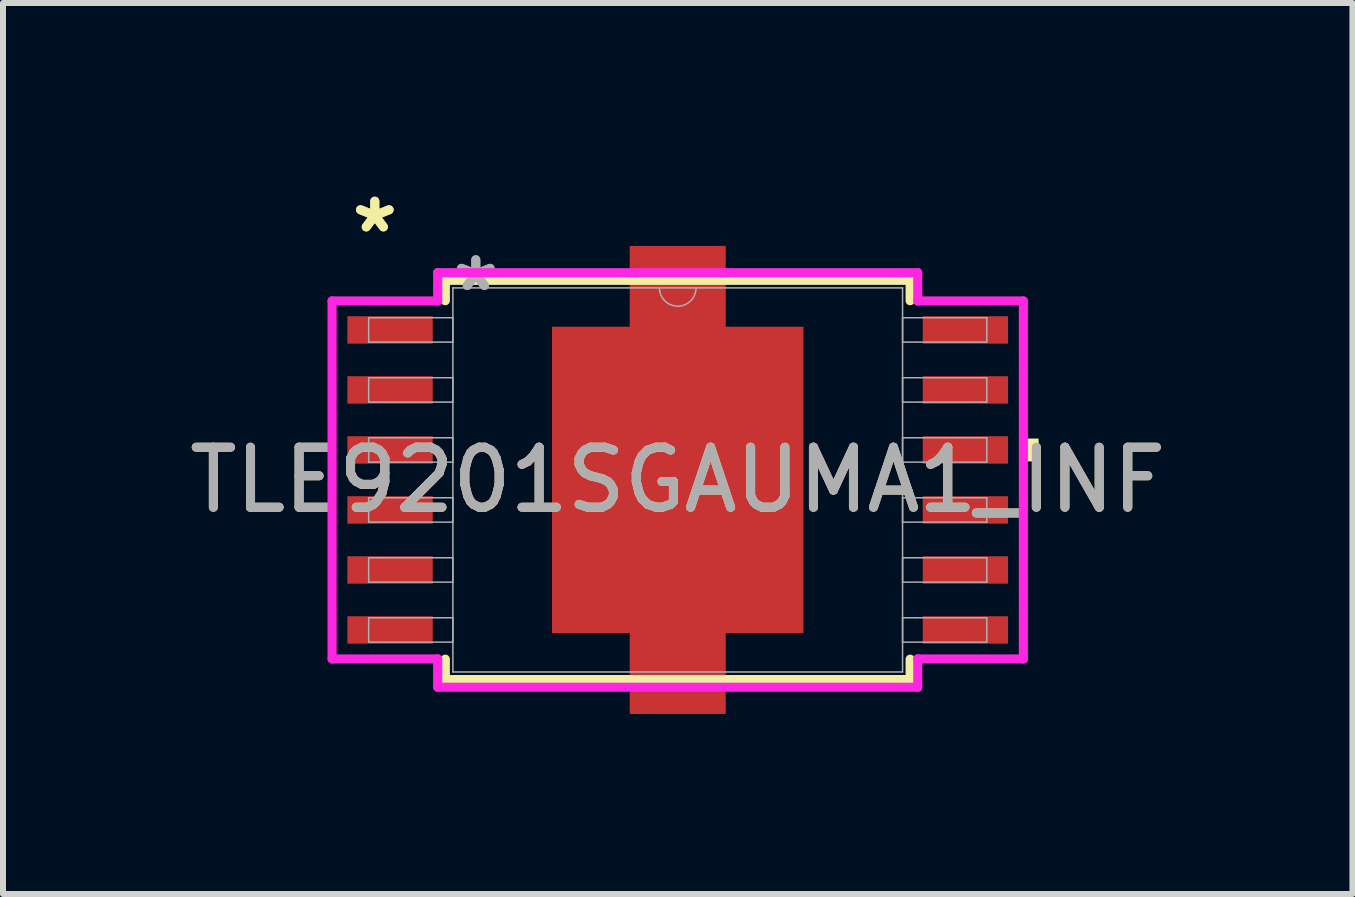
<source format=kicad_pcb>
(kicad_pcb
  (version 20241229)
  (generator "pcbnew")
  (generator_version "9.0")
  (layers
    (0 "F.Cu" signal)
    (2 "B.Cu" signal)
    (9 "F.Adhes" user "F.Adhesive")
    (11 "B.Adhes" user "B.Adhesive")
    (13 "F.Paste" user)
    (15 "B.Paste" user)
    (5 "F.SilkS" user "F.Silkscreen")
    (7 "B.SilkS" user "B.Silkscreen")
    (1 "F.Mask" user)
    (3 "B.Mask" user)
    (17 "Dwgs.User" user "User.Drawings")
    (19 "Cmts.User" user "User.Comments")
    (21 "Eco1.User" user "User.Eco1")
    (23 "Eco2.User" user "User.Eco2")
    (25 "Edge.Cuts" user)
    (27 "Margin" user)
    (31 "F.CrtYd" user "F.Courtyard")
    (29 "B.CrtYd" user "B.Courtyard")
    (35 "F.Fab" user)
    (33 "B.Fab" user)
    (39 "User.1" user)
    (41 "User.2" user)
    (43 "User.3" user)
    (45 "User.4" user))
  (footprint "TLE9201SGAUMA1_INF"
    (layer "F.Cu")
    (at 8.244 4.948)
    (property "Reference" "TLE9201SGAUMA1_INF" (at 0 0 0) (unlocked yes) (layer "F.SilkS") (effects (font (size 1 1) (thickness 0.15))))
    (attr smd)
    (fp_poly (pts (xy -2.095 -2.553) (xy 2.095 -2.553) (xy 2.095 2.553) (xy -2.095 2.553)) (stroke (width 0) (type solid)) (fill yes) (layer "F.Cu"))
    (fp_poly (pts (xy -2.095 -2.553) (xy 2.095 -2.553) (xy 2.095 2.553) (xy -2.095 2.553)) (stroke (width 0) (type solid)) (fill yes) (layer "F.Mask"))
    (fp_line (start -3.873 -3.327) (end -3.873 -2.987) (stroke (width 0.152) (type solid)) (layer "F.SilkS"))
    (fp_line (start -3.873 2.987) (end -3.873 3.327) (stroke (width 0.152) (type solid)) (layer "F.SilkS"))
    (fp_line (start -3.873 3.327) (end 3.873 3.327) (stroke (width 0.152) (type solid)) (layer "F.SilkS"))
    (fp_line (start 3.873 -3.327) (end -3.873 -3.327) (stroke (width 0.152) (type solid)) (layer "F.SilkS"))
    (fp_line (start 3.873 -2.987) (end 3.873 -3.327) (stroke (width 0.152) (type solid)) (layer "F.SilkS"))
    (fp_line (start 3.873 3.327) (end 3.873 2.987) (stroke (width 0.152) (type solid)) (layer "F.SilkS"))
    (fp_poly (pts (xy 6.014 -0.69) (xy 6.014 -0.309) (xy 5.76 -0.309) (xy 5.76 -0.69)) (stroke (width 0) (type solid)) (fill yes) (layer "F.SilkS"))
    (fp_poly (pts (xy -2.095 -2.553) (xy 2.095 -2.553) (xy 2.095 2.553) (xy -2.095 2.553)) (stroke (width 0) (type solid)) (fill yes) (layer "F.Paste"))
    (fp_poly (pts (xy -1.996 -2.453) (xy -1.996 -1.376) (xy -0.798 -1.376) (xy -0.798 -2.453)) (stroke (width 0) (type solid)) (fill yes) (layer "F.Paste"))
    (fp_poly (pts (xy -1.996 -1.176) (xy -1.996 -0.1) (xy -0.798 -0.1) (xy -0.798 -1.176)) (stroke (width 0) (type solid)) (fill yes) (layer "F.Paste"))
    (fp_poly (pts (xy -1.996 0.1) (xy -1.996 1.176) (xy -0.798 1.176) (xy -0.798 0.1)) (stroke (width 0) (type solid)) (fill yes) (layer "F.Paste"))
    (fp_poly (pts (xy -1.996 1.376) (xy -1.996 2.453) (xy -0.798 2.453) (xy -0.798 1.376)) (stroke (width 0) (type solid)) (fill yes) (layer "F.Paste"))
    (fp_poly (pts (xy -0.599 -2.453) (xy -0.599 -1.376) (xy 0.599 -1.376) (xy 0.599 -2.453)) (stroke (width 0) (type solid)) (fill yes) (layer "F.Paste"))
    (fp_poly (pts (xy -0.599 -1.176) (xy -0.599 -0.1) (xy 0.599 -0.1) (xy 0.599 -1.176)) (stroke (width 0) (type solid)) (fill yes) (layer "F.Paste"))
    (fp_poly (pts (xy -0.599 0.1) (xy -0.599 1.176) (xy 0.599 1.176) (xy 0.599 0.1)) (stroke (width 0) (type solid)) (fill yes) (layer "F.Paste"))
    (fp_poly (pts (xy -0.599 1.376) (xy -0.599 2.453) (xy 0.599 2.453) (xy 0.599 1.376)) (stroke (width 0) (type solid)) (fill yes) (layer "F.Paste"))
    (fp_poly (pts (xy 0.798 -2.453) (xy 0.798 -1.376) (xy 1.996 -1.376) (xy 1.996 -2.453)) (stroke (width 0) (type solid)) (fill yes) (layer "F.Paste"))
    (fp_poly (pts (xy 0.798 -1.176) (xy 0.798 -0.1) (xy 1.996 -0.1) (xy 1.996 -1.176)) (stroke (width 0) (type solid)) (fill yes) (layer "F.Paste"))
    (fp_poly (pts (xy 0.798 0.1) (xy 0.798 1.176) (xy 1.996 1.176) (xy 1.996 0.1)) (stroke (width 0) (type solid)) (fill yes) (layer "F.Paste"))
    (fp_poly (pts (xy 0.798 1.376) (xy 0.798 2.453) (xy 1.996 2.453) (xy 1.996 1.376)) (stroke (width 0) (type solid)) (fill yes) (layer "F.Paste"))
    (fp_line (start -5.76 -2.983) (end -4 -2.983) (stroke (width 0.152) (type solid)) (layer "F.CrtYd"))
    (fp_line (start -5.76 2.983) (end -5.76 -2.983) (stroke (width 0.152) (type solid)) (layer "F.CrtYd"))
    (fp_line (start -5.76 2.983) (end -4 2.983) (stroke (width 0.152) (type solid)) (layer "F.CrtYd"))
    (fp_line (start -4 -3.454) (end 4 -3.454) (stroke (width 0.152) (type solid)) (layer "F.CrtYd"))
    (fp_line (start -4 -2.983) (end -4 -3.454) (stroke (width 0.152) (type solid)) (layer "F.CrtYd"))
    (fp_line (start -4 3.454) (end -4 2.983) (stroke (width 0.152) (type solid)) (layer "F.CrtYd"))
    (fp_line (start 4 -3.454) (end 4 -2.983) (stroke (width 0.152) (type solid)) (layer "F.CrtYd"))
    (fp_line (start 4 2.983) (end 4 3.454) (stroke (width 0.152) (type solid)) (layer "F.CrtYd"))
    (fp_line (start 4 3.454) (end -4 3.454) (stroke (width 0.152) (type solid)) (layer "F.CrtYd"))
    (fp_line (start 5.76 -2.983) (end 4 -2.983) (stroke (width 0.152) (type solid)) (layer "F.CrtYd"))
    (fp_line (start 5.76 -2.983) (end 5.76 2.983) (stroke (width 0.152) (type solid)) (layer "F.CrtYd"))
    (fp_line (start 5.76 2.983) (end 4 2.983) (stroke (width 0.152) (type solid)) (layer "F.CrtYd"))
    (fp_line (start -5.15 -2.703) (end -5.15 -2.297) (stroke (width 0.025) (type solid)) (layer "F.Fab"))
    (fp_line (start -5.15 -2.297) (end -3.747 -2.297) (stroke (width 0.025) (type solid)) (layer "F.Fab"))
    (fp_line (start -5.15 -1.703) (end -5.15 -1.297) (stroke (width 0.025) (type solid)) (layer "F.Fab"))
    (fp_line (start -5.15 -1.297) (end -3.747 -1.297) (stroke (width 0.025) (type solid)) (layer "F.Fab"))
    (fp_line (start -5.15 -0.703) (end -5.15 -0.297) (stroke (width 0.025) (type solid)) (layer "F.Fab"))
    (fp_line (start -5.15 -0.297) (end -3.747 -0.297) (stroke (width 0.025) (type solid)) (layer "F.Fab"))
    (fp_line (start -5.15 0.297) (end -5.15 0.703) (stroke (width 0.025) (type solid)) (layer "F.Fab"))
    (fp_line (start -5.15 0.703) (end -3.747 0.703) (stroke (width 0.025) (type solid)) (layer "F.Fab"))
    (fp_line (start -5.15 1.297) (end -5.15 1.703) (stroke (width 0.025) (type solid)) (layer "F.Fab"))
    (fp_line (start -5.15 1.703) (end -3.747 1.703) (stroke (width 0.025) (type solid)) (layer "F.Fab"))
    (fp_line (start -5.15 2.297) (end -5.15 2.703) (stroke (width 0.025) (type solid)) (layer "F.Fab"))
    (fp_line (start -5.15 2.703) (end -3.747 2.703) (stroke (width 0.025) (type solid)) (layer "F.Fab"))
    (fp_line (start -3.747 -3.2) (end -3.747 3.2) (stroke (width 0.025) (type solid)) (layer "F.Fab"))
    (fp_line (start -3.747 -2.703) (end -5.15 -2.703) (stroke (width 0.025) (type solid)) (layer "F.Fab"))
    (fp_line (start -3.747 -2.297) (end -3.747 -2.703) (stroke (width 0.025) (type solid)) (layer "F.Fab"))
    (fp_line (start -3.747 -1.703) (end -5.15 -1.703) (stroke (width 0.025) (type solid)) (layer "F.Fab"))
    (fp_line (start -3.747 -1.297) (end -3.747 -1.703) (stroke (width 0.025) (type solid)) (layer "F.Fab"))
    (fp_line (start -3.747 -0.703) (end -5.15 -0.703) (stroke (width 0.025) (type solid)) (layer "F.Fab"))
    (fp_line (start -3.747 -0.297) (end -3.747 -0.703) (stroke (width 0.025) (type solid)) (layer "F.Fab"))
    (fp_line (start -3.747 0.297) (end -5.15 0.297) (stroke (width 0.025) (type solid)) (layer "F.Fab"))
    (fp_line (start -3.747 0.703) (end -3.747 0.297) (stroke (width 0.025) (type solid)) (layer "F.Fab"))
    (fp_line (start -3.747 1.297) (end -5.15 1.297) (stroke (width 0.025) (type solid)) (layer "F.Fab"))
    (fp_line (start -3.747 1.703) (end -3.747 1.297) (stroke (width 0.025) (type solid)) (layer "F.Fab"))
    (fp_line (start -3.747 2.297) (end -5.15 2.297) (stroke (width 0.025) (type solid)) (layer "F.Fab"))
    (fp_line (start -3.747 2.703) (end -3.747 2.297) (stroke (width 0.025) (type solid)) (layer "F.Fab"))
    (fp_line (start -3.747 3.2) (end 3.747 3.2) (stroke (width 0.025) (type solid)) (layer "F.Fab"))
    (fp_line (start 3.747 -3.2) (end -3.747 -3.2) (stroke (width 0.025) (type solid)) (layer "F.Fab"))
    (fp_line (start 3.747 -2.703) (end 3.747 -2.297) (stroke (width 0.025) (type solid)) (layer "F.Fab"))
    (fp_line (start 3.747 -2.297) (end 5.15 -2.297) (stroke (width 0.025) (type solid)) (layer "F.Fab"))
    (fp_line (start 3.747 -1.703) (end 3.747 -1.297) (stroke (width 0.025) (type solid)) (layer "F.Fab"))
    (fp_line (start 3.747 -1.297) (end 5.15 -1.297) (stroke (width 0.025) (type solid)) (layer "F.Fab"))
    (fp_line (start 3.747 -0.703) (end 3.747 -0.297) (stroke (width 0.025) (type solid)) (layer "F.Fab"))
    (fp_line (start 3.747 -0.297) (end 5.15 -0.297) (stroke (width 0.025) (type solid)) (layer "F.Fab"))
    (fp_line (start 3.747 0.297) (end 3.747 0.703) (stroke (width 0.025) (type solid)) (layer "F.Fab"))
    (fp_line (start 3.747 0.703) (end 5.15 0.703) (stroke (width 0.025) (type solid)) (layer "F.Fab"))
    (fp_line (start 3.747 1.297) (end 3.747 1.703) (stroke (width 0.025) (type solid)) (layer "F.Fab"))
    (fp_line (start 3.747 1.703) (end 5.15 1.703) (stroke (width 0.025) (type solid)) (layer "F.Fab"))
    (fp_line (start 3.747 2.297) (end 3.747 2.703) (stroke (width 0.025) (type solid)) (layer "F.Fab"))
    (fp_line (start 3.747 2.703) (end 5.15 2.703) (stroke (width 0.025) (type solid)) (layer "F.Fab"))
    (fp_line (start 3.747 3.2) (end 3.747 -3.2) (stroke (width 0.025) (type solid)) (layer "F.Fab"))
    (fp_line (start 5.15 -2.703) (end 3.747 -2.703) (stroke (width 0.025) (type solid)) (layer "F.Fab"))
    (fp_line (start 5.15 -2.297) (end 5.15 -2.703) (stroke (width 0.025) (type solid)) (layer "F.Fab"))
    (fp_line (start 5.15 -1.703) (end 3.747 -1.703) (stroke (width 0.025) (type solid)) (layer "F.Fab"))
    (fp_line (start 5.15 -1.297) (end 5.15 -1.703) (stroke (width 0.025) (type solid)) (layer "F.Fab"))
    (fp_line (start 5.15 -0.703) (end 3.747 -0.703) (stroke (width 0.025) (type solid)) (layer "F.Fab"))
    (fp_line (start 5.15 -0.297) (end 5.15 -0.703) (stroke (width 0.025) (type solid)) (layer "F.Fab"))
    (fp_line (start 5.15 0.297) (end 3.747 0.297) (stroke (width 0.025) (type solid)) (layer "F.Fab"))
    (fp_line (start 5.15 0.703) (end 5.15 0.297) (stroke (width 0.025) (type solid)) (layer "F.Fab"))
    (fp_line (start 5.15 1.297) (end 3.747 1.297) (stroke (width 0.025) (type solid)) (layer "F.Fab"))
    (fp_line (start 5.15 1.703) (end 5.15 1.297) (stroke (width 0.025) (type solid)) (layer "F.Fab"))
    (fp_line (start 5.15 2.297) (end 3.747 2.297) (stroke (width 0.025) (type solid)) (layer "F.Fab"))
    (fp_line (start 5.15 2.703) (end 5.15 2.297) (stroke (width 0.025) (type solid)) (layer "F.Fab"))
    (fp_arc (start 0.3048 -3.2004) (mid 0 -2.8956) (end -0.3048 -3.2004) (stroke (width 0.0254) (type solid)) (layer "F.Fab"))
    (fp_text user "*" (at -5.048 -4.1 0) (unlocked yes) (layer "F.SilkS") (effects (font (size 1 1) (thickness 0.15))))
    (fp_text user "*" (at -5.048 -4.1 0) (layer "F.SilkS") (effects (font (size 1 1) (thickness 0.15))))
    (fp_text user "*" (at -3.365 -3.124 0) (layer "F.Fab") (effects (font (size 1 1) (thickness 0.15))))
    (fp_text user "${REFERENCE}" (at 0 0 0) (unlocked yes) (layer "F.Fab") (effects (font (size 1 1) (thickness 0.15))))
    (fp_text user "*" (at -3.365 -3.124 0) (unlocked yes) (layer "F.Fab") (effects (font (size 1 1) (thickness 0.15))))
    (pad "1" smd rect (at -4.794 -2.5) (size 1.422 0.457) (layers "F.Cu" "F.Mask" "F.Paste"))
    (pad "2" smd rect (at -4.794 -1.5) (size 1.422 0.457) (layers "F.Cu" "F.Mask" "F.Paste"))
    (pad "3" smd rect (at -4.794 -0.5) (size 1.422 0.457) (layers "F.Cu" "F.Mask" "F.Paste"))
    (pad "4" smd rect (at -4.794 0.5) (size 1.422 0.457) (layers "F.Cu" "F.Mask" "F.Paste"))
    (pad "5" smd rect (at -4.794 1.5) (size 1.422 0.457) (layers "F.Cu" "F.Mask" "F.Paste"))
    (pad "6" smd rect (at -4.794 2.5) (size 1.422 0.457) (layers "F.Cu" "F.Mask" "F.Paste"))
    (pad "7" smd rect (at 4.794 2.5) (size 1.422 0.457) (layers "F.Cu" "F.Mask" "F.Paste"))
    (pad "8" smd rect (at 4.794 1.5) (size 1.422 0.457) (layers "F.Cu" "F.Mask" "F.Paste"))
    (pad "9" smd rect (at 4.794 0.5) (size 1.422 0.457) (layers "F.Cu" "F.Mask" "F.Paste"))
    (pad "10" smd rect (at 4.794 -0.5) (size 1.422 0.457) (layers "F.Cu" "F.Mask" "F.Paste"))
    (pad "11" smd rect (at 4.794 -1.5) (size 1.422 0.457) (layers "F.Cu" "F.Mask" "F.Paste"))
    (pad "12" smd rect (at 4.794 -2.5) (size 1.422 0.457) (layers "F.Cu" "F.Mask" "F.Paste"))
    (pad "13" smd rect (at 0 0) (size 1.6 7.8) (layers "F.Cu" "F.Mask" "F.Paste")))
  (gr_rect
    (start -3 -3)
    (end 19.488 11.848)
    (stroke (width 0.1) (type default))
    (fill no)
    (layer "Edge.Cuts")))
</source>
